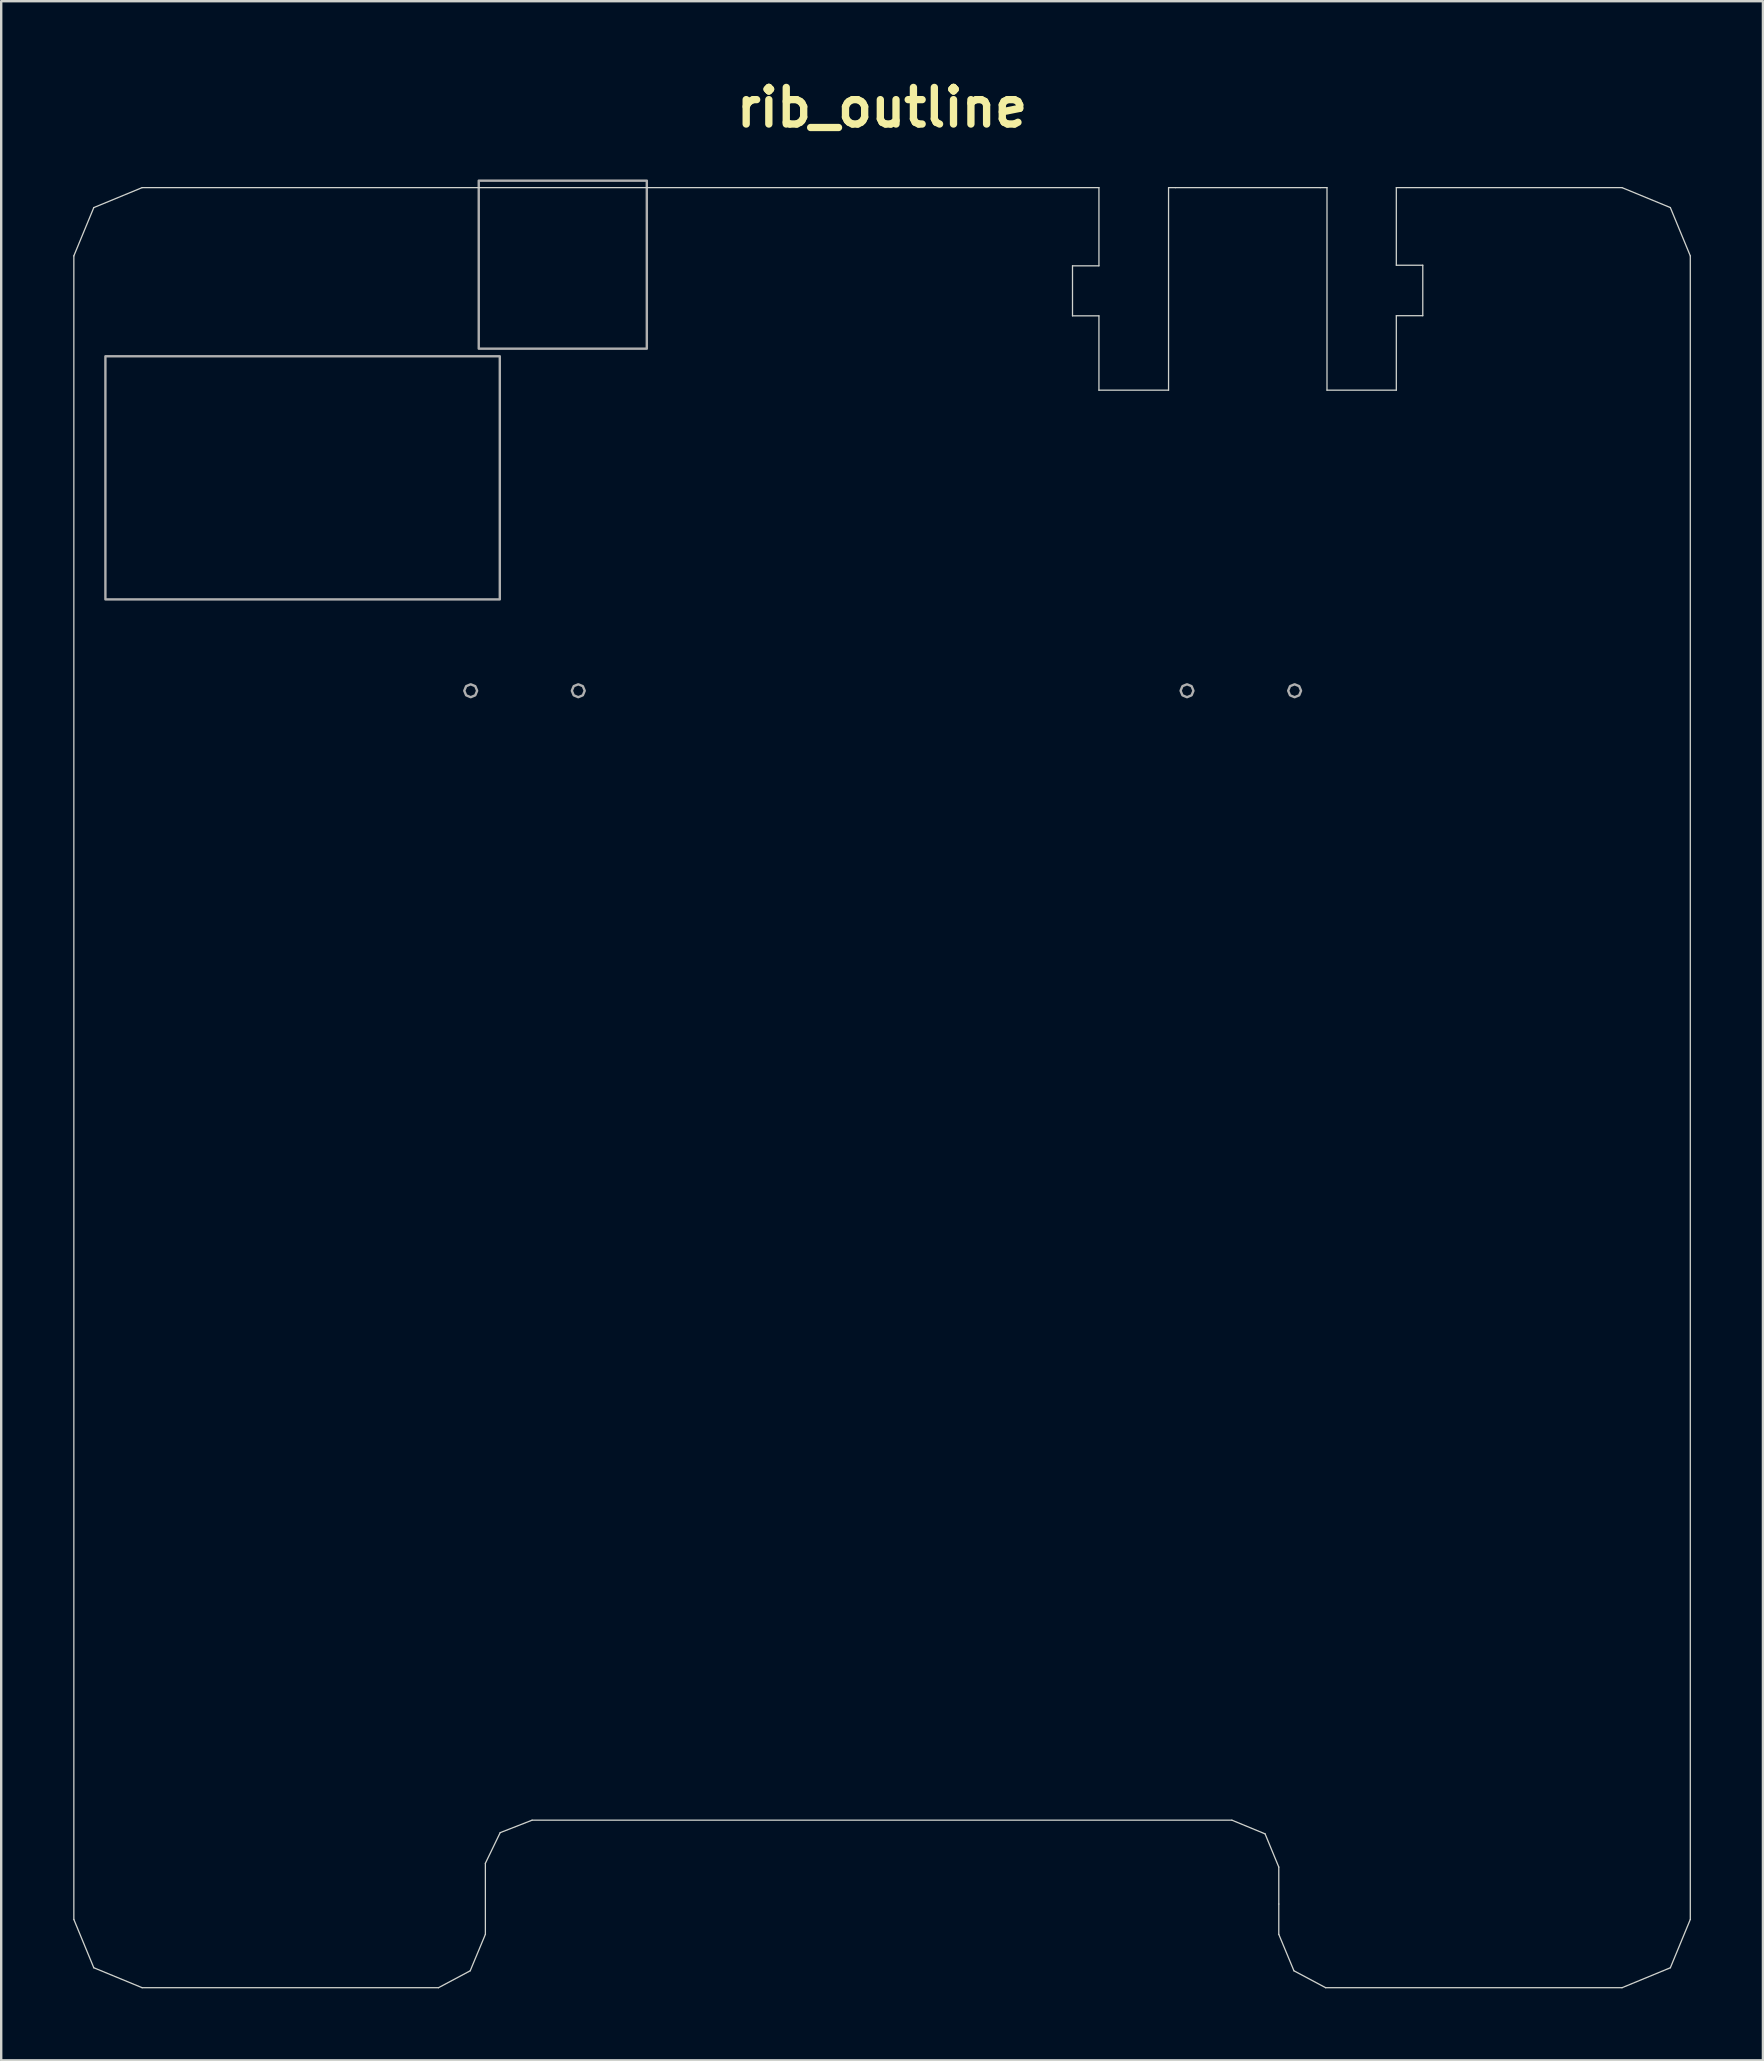
<source format=kicad_pcb>
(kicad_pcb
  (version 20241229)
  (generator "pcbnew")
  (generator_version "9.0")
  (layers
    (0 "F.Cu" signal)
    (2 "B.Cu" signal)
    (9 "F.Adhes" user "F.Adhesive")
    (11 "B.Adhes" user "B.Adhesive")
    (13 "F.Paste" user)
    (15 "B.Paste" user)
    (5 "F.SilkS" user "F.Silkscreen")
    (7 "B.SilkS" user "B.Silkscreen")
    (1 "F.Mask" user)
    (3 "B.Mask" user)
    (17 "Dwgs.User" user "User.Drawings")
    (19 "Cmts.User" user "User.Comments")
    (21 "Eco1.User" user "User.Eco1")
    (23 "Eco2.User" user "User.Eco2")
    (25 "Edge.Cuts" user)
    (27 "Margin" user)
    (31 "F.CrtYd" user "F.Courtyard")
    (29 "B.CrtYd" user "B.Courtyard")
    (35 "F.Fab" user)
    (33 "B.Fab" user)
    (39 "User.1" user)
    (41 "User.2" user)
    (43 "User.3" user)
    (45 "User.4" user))
  (footprint "rib_outline"
    (layer "F.Cu")
    (at 33.694 42.113)
    (property "Reference" "rib_outline" (at 0 -40.686 0) (layer "F.SilkS") (effects (font (size 1.524 1.524) (thickness 0.305))))
    (attr smd)
    (fp_line (start -33.668 -34.504) (end -33.668 34.795) (stroke (width 0.053) (type solid)) (layer "Edge.Cuts"))
    (fp_line (start -33.668 34.795) (end -32.837 36.807) (stroke (width 0.053) (type solid)) (layer "Edge.Cuts"))
    (fp_line (start -32.837 -36.516) (end -33.668 -34.504) (stroke (width 0.053) (type solid)) (layer "Edge.Cuts"))
    (fp_line (start -32.837 36.807) (end -30.824 37.638) (stroke (width 0.053) (type solid)) (layer "Edge.Cuts"))
    (fp_line (start -30.824 -37.347) (end -32.837 -36.516) (stroke (width 0.053) (type solid)) (layer "Edge.Cuts"))
    (fp_line (start -30.824 37.638) (end -18.479 37.638) (stroke (width 0.053) (type solid)) (layer "Edge.Cuts"))
    (fp_line (start -18.479 37.638) (end -17.157 36.933) (stroke (width 0.053) (type solid)) (layer "Edge.Cuts"))
    (fp_line (start -17.157 36.933) (end -16.525 35.416) (stroke (width 0.053) (type solid)) (layer "Edge.Cuts"))
    (fp_line (start -16.525 32.455) (end -15.908 31.179) (stroke (width 0.053) (type solid)) (layer "Edge.Cuts"))
    (fp_line (start -16.525 35.416) (end -16.525 32.455) (stroke (width 0.053) (type solid)) (layer "Edge.Cuts"))
    (fp_line (start -15.908 31.179) (end -14.579 30.659) (stroke (width 0.053) (type solid)) (layer "Edge.Cuts"))
    (fp_line (start -14.579 30.659) (end 14.572 30.659) (stroke (width 0.053) (type solid)) (layer "Edge.Cuts"))
    (fp_line (start 7.933 -34.09) (end 9.034 -34.09) (stroke (width 0.053) (type solid)) (layer "Edge.Cuts"))
    (fp_line (start 7.933 -32.006) (end 7.933 -34.09) (stroke (width 0.053) (type solid)) (layer "Edge.Cuts"))
    (fp_line (start 9.034 -37.347) (end -30.824 -37.347) (stroke (width 0.053) (type solid)) (layer "Edge.Cuts"))
    (fp_line (start 9.034 -34.09) (end 9.034 -37.347) (stroke (width 0.053) (type solid)) (layer "Edge.Cuts"))
    (fp_line (start 9.034 -32.006) (end 7.933 -32.006) (stroke (width 0.053) (type solid)) (layer "Edge.Cuts"))
    (fp_line (start 9.034 -28.909) (end 9.034 -32.006) (stroke (width 0.053) (type solid)) (layer "Edge.Cuts"))
    (fp_line (start 11.934 -37.347) (end 11.934 -28.909) (stroke (width 0.053) (type solid)) (layer "Edge.Cuts"))
    (fp_line (start 11.934 -28.909) (end 9.034 -28.909) (stroke (width 0.053) (type solid)) (layer "Edge.Cuts"))
    (fp_line (start 12.227 -37.347) (end 11.934 -37.347) (stroke (width 0.053) (type solid)) (layer "Edge.Cuts"))
    (fp_line (start 14.572 30.659) (end 15.955 31.23) (stroke (width 0.053) (type solid)) (layer "Edge.Cuts"))
    (fp_line (start 15.955 31.23) (end 16.526 32.613) (stroke (width 0.053) (type solid)) (layer "Edge.Cuts"))
    (fp_line (start 16.526 32.613) (end 16.526 34.152) (stroke (width 0.053) (type solid)) (layer "Edge.Cuts"))
    (fp_line (start 16.526 34.152) (end 16.526 35.416) (stroke (width 0.053) (type solid)) (layer "Edge.Cuts"))
    (fp_line (start 16.526 35.416) (end 17.157 36.933) (stroke (width 0.053) (type solid)) (layer "Edge.Cuts"))
    (fp_line (start 17.157 36.933) (end 18.479 37.638) (stroke (width 0.053) (type solid)) (layer "Edge.Cuts"))
    (fp_line (start 18.251 -37.347) (end 12.227 -37.347) (stroke (width 0.053) (type solid)) (layer "Edge.Cuts"))
    (fp_line (start 18.479 37.638) (end 30.824 37.638) (stroke (width 0.053) (type solid)) (layer "Edge.Cuts"))
    (fp_line (start 18.534 -37.347) (end 18.251 -37.347) (stroke (width 0.053) (type solid)) (layer "Edge.Cuts"))
    (fp_line (start 18.534 -28.909) (end 18.534 -37.347) (stroke (width 0.053) (type solid)) (layer "Edge.Cuts"))
    (fp_line (start 21.422 -37.347) (end 21.422 -34.115) (stroke (width 0.053) (type solid)) (layer "Edge.Cuts"))
    (fp_line (start 21.422 -34.115) (end 22.524 -34.115) (stroke (width 0.053) (type solid)) (layer "Edge.Cuts"))
    (fp_line (start 21.422 -32.011) (end 21.422 -28.909) (stroke (width 0.053) (type solid)) (layer "Edge.Cuts"))
    (fp_line (start 21.422 -28.909) (end 18.534 -28.909) (stroke (width 0.053) (type solid)) (layer "Edge.Cuts"))
    (fp_line (start 22.524 -34.115) (end 22.524 -32.011) (stroke (width 0.053) (type solid)) (layer "Edge.Cuts"))
    (fp_line (start 22.524 -32.011) (end 21.422 -32.011) (stroke (width 0.053) (type solid)) (layer "Edge.Cuts"))
    (fp_line (start 30.824 -37.347) (end 21.422 -37.347) (stroke (width 0.053) (type solid)) (layer "Edge.Cuts"))
    (fp_line (start 30.824 37.638) (end 32.837 36.807) (stroke (width 0.053) (type solid)) (layer "Edge.Cuts"))
    (fp_line (start 32.837 -36.516) (end 30.824 -37.347) (stroke (width 0.053) (type solid)) (layer "Edge.Cuts"))
    (fp_line (start 32.837 36.807) (end 33.668 34.795) (stroke (width 0.053) (type solid)) (layer "Edge.Cuts"))
    (fp_line (start 33.668 -34.504) (end 32.837 -36.516) (stroke (width 0.053) (type solid)) (layer "Edge.Cuts"))
    (fp_line (start 33.668 34.795) (end 33.668 -34.504) (stroke (width 0.053) (type solid)) (layer "Edge.Cuts"))
    (fp_poly (pts (xy -32.353 -30.322) (xy -15.924 -30.322) (xy -15.924 -20.194) (xy -32.353 -20.194) (xy -32.353 -30.322)) (stroke (width 0.1) (type solid)) (fill no) (layer "F.Fab"))
    (fp_poly (pts (xy -16.801 -37.638) (xy -9.8 -37.638) (xy -9.8 -30.638) (xy -16.801 -30.638) (xy -16.801 -37.638)) (stroke (width 0.1) (type solid)) (fill no) (layer "F.Fab"))
    (fp_poly (pts (xy -16.867 -16.389) (xy -16.946 -16.199) (xy -17.136 -16.12) (xy -17.326 -16.199) (xy -17.405 -16.389) (xy -17.326 -16.58) (xy -17.136 -16.658) (xy -16.946 -16.58) (xy -16.867 -16.389)) (stroke (width 0.1) (type solid)) (fill no) (layer "F.Fab"))
    (fp_poly (pts (xy -12.386 -16.389) (xy -12.465 -16.199) (xy -12.655 -16.12) (xy -12.845 -16.199) (xy -12.924 -16.389) (xy -12.845 -16.58) (xy -12.655 -16.658) (xy -12.465 -16.58) (xy -12.386 -16.389)) (stroke (width 0.1) (type solid)) (fill no) (layer "F.Fab"))
    (fp_poly (pts (xy 12.972 -16.389) (xy 12.893 -16.199) (xy 12.703 -16.12) (xy 12.513 -16.199) (xy 12.434 -16.389) (xy 12.513 -16.58) (xy 12.703 -16.658) (xy 12.893 -16.58) (xy 12.972 -16.389)) (stroke (width 0.1) (type solid)) (fill no) (layer "F.Fab"))
    (fp_poly (pts (xy 17.454 -16.389) (xy 17.375 -16.199) (xy 17.185 -16.12) (xy 16.995 -16.199) (xy 16.916 -16.389) (xy 16.995 -16.58) (xy 17.185 -16.658) (xy 17.375 -16.58) (xy 17.454 -16.389)) (stroke (width 0.1) (type solid)) (fill no) (layer "F.Fab")))
  (gr_rect
    (start -3 -3)
    (end 70.388 82.777)
    (stroke (width 0.1) (type default))
    (fill no)
    (layer "Edge.Cuts")))
</source>
